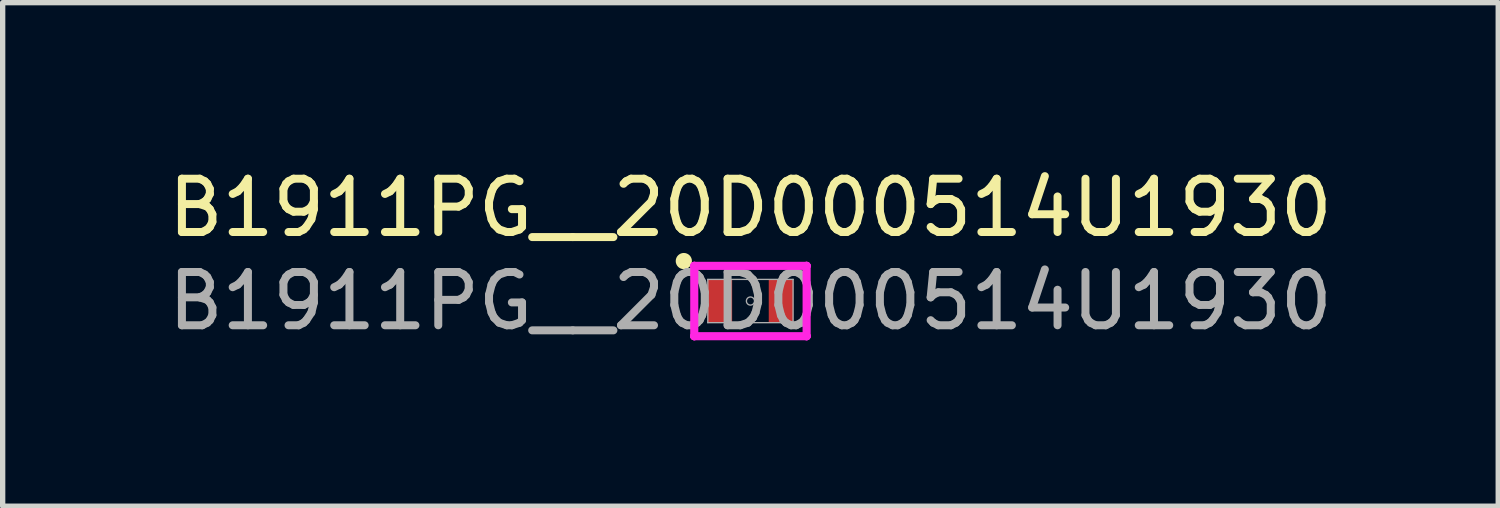
<source format=kicad_pcb>
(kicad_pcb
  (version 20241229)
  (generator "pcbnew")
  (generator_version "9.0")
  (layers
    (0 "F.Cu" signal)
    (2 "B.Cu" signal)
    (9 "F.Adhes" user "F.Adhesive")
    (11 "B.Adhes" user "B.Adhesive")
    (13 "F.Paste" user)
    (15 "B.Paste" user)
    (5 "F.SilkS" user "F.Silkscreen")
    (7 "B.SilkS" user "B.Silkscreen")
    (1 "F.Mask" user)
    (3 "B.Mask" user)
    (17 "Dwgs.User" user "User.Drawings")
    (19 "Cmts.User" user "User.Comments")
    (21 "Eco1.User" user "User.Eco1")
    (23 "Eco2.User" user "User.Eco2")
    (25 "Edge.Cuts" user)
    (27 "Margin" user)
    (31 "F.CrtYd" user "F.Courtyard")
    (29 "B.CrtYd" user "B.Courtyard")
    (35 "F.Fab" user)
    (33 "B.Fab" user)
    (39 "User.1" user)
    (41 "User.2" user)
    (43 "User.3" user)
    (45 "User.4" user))
  (footprint "B1911PG__20D000514U1930"
    (layer "F.Cu")
    (at 11.03 2.598)
    (property "Reference" "B1911PG__20D000514U1930" (at 0 -1.75 0) (unlocked yes) (layer "F.SilkS") (effects (font (size 1 1) (thickness 0.15))))
    (attr smd)
    (fp_circle (center -1.25 -0.75) (end -1.174 -0.75) (stroke (width 0.152) (type solid)) (fill no) (layer "F.SilkS"))
    (fp_line (start -1.054 -0.66) (end -1.054 -0.66) (stroke (width 0.152) (type solid)) (layer "F.CrtYd"))
    (fp_line (start -1.054 -0.66) (end -1.054 -0.66) (stroke (width 0.152) (type solid)) (layer "F.CrtYd"))
    (fp_line (start -1.054 -0.66) (end 1.054 -0.66) (stroke (width 0.152) (type solid)) (layer "F.CrtYd"))
    (fp_line (start -1.054 0.66) (end -1.054 -0.66) (stroke (width 0.152) (type solid)) (layer "F.CrtYd"))
    (fp_line (start -1.054 0.66) (end -1.054 0.66) (stroke (width 0.152) (type solid)) (layer "F.CrtYd"))
    (fp_line (start -1.054 0.66) (end -1.054 0.66) (stroke (width 0.152) (type solid)) (layer "F.CrtYd"))
    (fp_line (start 1.054 -0.66) (end 1.054 -0.66) (stroke (width 0.152) (type solid)) (layer "F.CrtYd"))
    (fp_line (start 1.054 -0.66) (end 1.054 -0.66) (stroke (width 0.152) (type solid)) (layer "F.CrtYd"))
    (fp_line (start 1.054 -0.66) (end 1.054 0.66) (stroke (width 0.152) (type solid)) (layer "F.CrtYd"))
    (fp_line (start 1.054 0.66) (end -1.054 0.66) (stroke (width 0.152) (type solid)) (layer "F.CrtYd"))
    (fp_line (start 1.054 0.66) (end 1.054 0.66) (stroke (width 0.152) (type solid)) (layer "F.CrtYd"))
    (fp_line (start 1.054 0.66) (end 1.054 0.66) (stroke (width 0.152) (type solid)) (layer "F.CrtYd"))
    (fp_line (start -0.8 -0.406) (end -0.8 0.406) (stroke (width 0.025) (type solid)) (layer "F.Fab"))
    (fp_line (start -0.8 0.406) (end 0.8 0.406) (stroke (width 0.025) (type solid)) (layer "F.Fab"))
    (fp_line (start 0.8 -0.406) (end -0.8 -0.406) (stroke (width 0.025) (type solid)) (layer "F.Fab"))
    (fp_line (start 0.8 0.406) (end 0.8 -0.406) (stroke (width 0.025) (type solid)) (layer "F.Fab"))
    (fp_circle (center 0 0) (end 0.076 0) (stroke (width 0.025) (type solid)) (fill no) (layer "F.Fab"))
    (fp_text user "${REFERENCE}" (at 0 0 0) (unlocked yes) (layer "F.Fab") (effects (font (size 1 1) (thickness 0.15))))
    (pad "1" smd rect (at -0.572 0) (size 0.457 0.813) (layers "F.Cu" "F.Mask" "F.Paste"))
    (pad "2" smd rect (at 0.572 0) (size 0.457 0.813) (layers "F.Cu" "F.Mask" "F.Paste")))
  (gr_rect
    (start -3 -3)
    (end 25.06 6.447)
    (stroke (width 0.1) (type default))
    (fill no)
    (layer "Edge.Cuts")))
</source>
